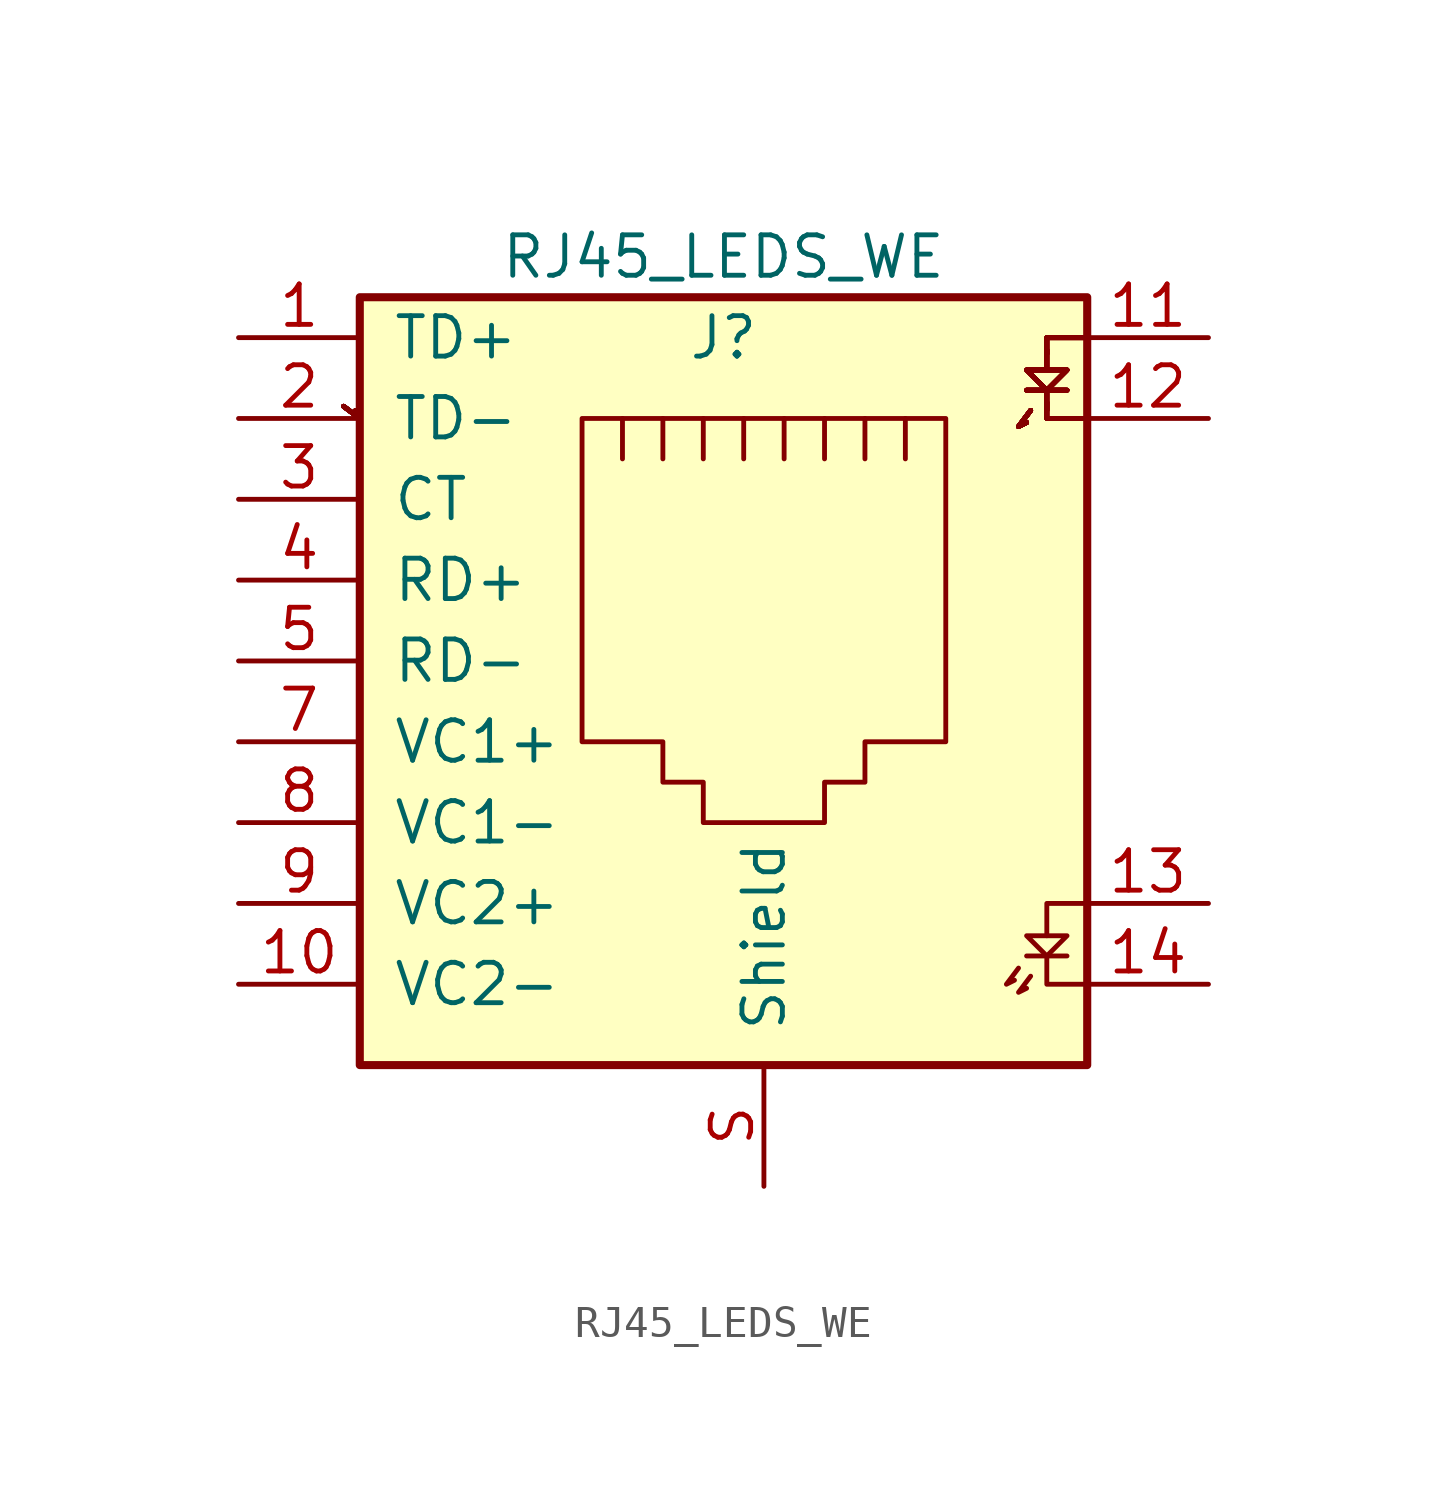
<source format=kicad_sym>
(kicad_symbol_lib
  (version 20211014)
  (generator kicad_symbol_editor)
  (symbol "RJ45_LEDS_WE"
    (pin_names
      (offset 1.016))
    (property "Reference" "J"
      (at -1.27 8.89 0)
      (effects (font (size 1.27 1.27))))
    (property "Value" "RJ45_LEDS_WE"
      (at -1.27 11.43 0)
      (effects (font (size 1.27 1.27))))
    (symbol "RJ45_LEDS_WE_0_1"
      (rectangle (start -12.7 10.16) (end 10.16 -13.97) (stroke (width 0.254) (type default) (color 0 0 0 0)) (fill (type background)))
      (polyline (pts (xy 9.525 -10.541) (xy 8.255 -10.541)) (stroke (width 0) (type default) (color 0 0 0 0)) (fill (type none)))
      (polyline (pts (xy -13.208 6.731) (xy -12.7 6.35) (xy -12.827 6.604)) (stroke (width 0) (type default) (color 0 0 0 0)) (fill (type none)))
      (polyline (pts (xy -13.208 6.731) (xy -12.7 6.35) (xy -12.827 6.604)) (stroke (width 0) (type default) (color 0 0 0 0)) (fill (type none)))
      (polyline (pts (xy -13.208 6.731) (xy -12.7 6.35) (xy -12.827 6.604)) (stroke (width 0) (type default) (color 0 0 0 0)) (fill (type none)))
      (polyline (pts (xy -13.208 6.731) (xy -12.7 6.35) (xy -12.827 6.604)) (stroke (width 0) (type default) (color 0 0 0 0)) (fill (type none)))
      (polyline (pts (xy -13.208 6.731) (xy -12.7 6.35) (xy -12.827 6.604)) (stroke (width 0) (type default) (color 0 0 0 0)) (fill (type none)))
      (polyline (pts (xy -13.208 6.731) (xy -12.7 6.35) (xy -12.827 6.604)) (stroke (width 0) (type default) (color 0 0 0 0)) (fill (type none)))
      (polyline (pts (xy -13.208 6.731) (xy -12.7 6.35) (xy -12.827 6.604)) (stroke (width 0) (type default) (color 0 0 0 0)) (fill (type none)))
      (polyline (pts (xy -13.208 6.731) (xy -12.7 6.35) (xy -12.827 6.604)) (stroke (width 0) (type default) (color 0 0 0 0)) (fill (type none)))
      (polyline (pts (xy -13.208 6.731) (xy -12.7 6.35) (xy -12.827 6.604)) (stroke (width 0) (type default) (color 0 0 0 0)) (fill (type none)))
      (polyline (pts (xy -13.208 6.731) (xy -12.7 6.35) (xy -12.827 6.604)) (stroke (width 0) (type default) (color 0 0 0 0)) (fill (type none)))
      (polyline (pts (xy -13.208 6.731) (xy -12.7 6.35) (xy -12.827 6.604)) (stroke (width 0) (type default) (color 0 0 0 0)) (fill (type none)))
      (polyline (pts (xy -13.208 6.731) (xy -12.7 6.35) (xy -12.827 6.604)) (stroke (width 0) (type default) (color 0 0 0 0)) (fill (type none)))
      (polyline (pts (xy -13.208 6.731) (xy -12.7 6.35) (xy -12.827 6.604)) (stroke (width 0) (type default) (color 0 0 0 0)) (fill (type none)))
      (polyline (pts (xy -13.208 6.731) (xy -12.7 6.35) (xy -12.827 6.604)) (stroke (width 0) (type default) (color 0 0 0 0)) (fill (type none)))
      (polyline (pts (xy -13.208 6.731) (xy -12.7 6.35) (xy -12.827 6.604)) (stroke (width 0) (type default) (color 0 0 0 0)) (fill (type none)))
      (polyline (pts (xy -13.208 6.731) (xy -12.7 6.35) (xy -12.827 6.604)) (stroke (width 0) (type default) (color 0 0 0 0)) (fill (type none)))
      (polyline (pts (xy -4.445 5.08) (xy -4.445 6.35) (xy -4.445 6.35)) (stroke (width 0) (type default) (color 0 0 0 0)) (fill (type none)))
      (polyline (pts (xy -3.175 6.35) (xy -3.175 5.08) (xy -3.175 5.08)) (stroke (width 0) (type default) (color 0 0 0 0)) (fill (type none)))
      (polyline (pts (xy -1.905 6.35) (xy -1.905 5.08) (xy -1.905 5.08)) (stroke (width 0) (type default) (color 0 0 0 0)) (fill (type none)))
      (polyline (pts (xy -0.635 6.35) (xy -0.635 5.08) (xy -0.635 5.08)) (stroke (width 0) (type default) (color 0 0 0 0)) (fill (type none)))
      (polyline (pts (xy 0.635 6.35) (xy 0.635 5.08) (xy 0.635 5.08)) (stroke (width 0) (type default) (color 0 0 0 0)) (fill (type none)))
      (polyline (pts (xy 1.905 6.35) (xy 1.905 5.08) (xy 1.905 5.08)) (stroke (width 0) (type default) (color 0 0 0 0)) (fill (type none)))
      (polyline (pts (xy 3.175 5.08) (xy 3.175 6.35) (xy 3.175 6.35)) (stroke (width 0) (type default) (color 0 0 0 0)) (fill (type none)))
      (polyline (pts (xy 4.445 5.08) (xy 4.445 6.35) (xy 4.445 6.35)) (stroke (width 0) (type default) (color 0 0 0 0)) (fill (type none)))
      (polyline (pts (xy 8.001 -10.922) (xy 7.62 -11.43) (xy 7.874 -11.303)) (stroke (width 0) (type default) (color 0 0 0 0)) (fill (type none)))
      (polyline (pts (xy 8.382 -11.176) (xy 8.001 -11.684) (xy 8.255 -11.557)) (stroke (width 0) (type default) (color 0 0 0 0)) (fill (type none)))
      (polyline (pts (xy 8.382 6.604) (xy 8.001 6.096) (xy 8.255 6.223)) (stroke (width 0) (type default) (color 0 0 0 0)) (fill (type none)))
      (polyline (pts (xy 8.382 6.604) (xy 8.001 6.096) (xy 8.255 6.223)) (stroke (width 0) (type default) (color 0 0 0 0)) (fill (type none)))
      (polyline (pts (xy 8.382 6.604) (xy 8.001 6.096) (xy 8.255 6.223)) (stroke (width 0) (type default) (color 0 0 0 0)) (fill (type none)))
      (polyline (pts (xy 8.382 6.604) (xy 8.001 6.096) (xy 8.255 6.223)) (stroke (width 0) (type default) (color 0 0 0 0)) (fill (type none)))
      (polyline (pts (xy 8.382 6.604) (xy 8.001 6.096) (xy 8.255 6.223)) (stroke (width 0) (type default) (color 0 0 0 0)) (fill (type none)))
      (polyline (pts (xy 8.382 6.604) (xy 8.001 6.096) (xy 8.255 6.223)) (stroke (width 0) (type default) (color 0 0 0 0)) (fill (type none)))
      (polyline (pts (xy 8.382 6.604) (xy 8.001 6.096) (xy 8.255 6.223)) (stroke (width 0) (type default) (color 0 0 0 0)) (fill (type none)))
      (polyline (pts (xy 8.382 6.604) (xy 8.001 6.096) (xy 8.255 6.223)) (stroke (width 0) (type default) (color 0 0 0 0)) (fill (type none)))
      (polyline (pts (xy 8.382 6.604) (xy 8.001 6.096) (xy 8.255 6.223)) (stroke (width 0) (type default) (color 0 0 0 0)) (fill (type none)))
      (polyline (pts (xy 8.382 6.604) (xy 8.001 6.096) (xy 8.255 6.223)) (stroke (width 0) (type default) (color 0 0 0 0)) (fill (type none)))
      (polyline (pts (xy 8.382 6.604) (xy 8.001 6.096) (xy 8.255 6.223)) (stroke (width 0) (type default) (color 0 0 0 0)) (fill (type none)))
      (polyline (pts (xy 8.382 6.604) (xy 8.001 6.096) (xy 8.255 6.223)) (stroke (width 0) (type default) (color 0 0 0 0)) (fill (type none)))
      (polyline (pts (xy 8.382 6.604) (xy 8.001 6.096) (xy 8.255 6.223)) (stroke (width 0) (type default) (color 0 0 0 0)) (fill (type none)))
      (polyline (pts (xy 8.382 6.604) (xy 8.001 6.096) (xy 8.255 6.223)) (stroke (width 0) (type default) (color 0 0 0 0)) (fill (type none)))
      (polyline (pts (xy 8.382 6.604) (xy 8.001 6.096) (xy 8.255 6.223)) (stroke (width 0) (type default) (color 0 0 0 0)) (fill (type none)))
      (polyline (pts (xy 8.89 -10.541) (xy 8.89 -11.43) (xy 10.16 -11.43)) (stroke (width 0) (type default) (color 0 0 0 0)) (fill (type none)))
      (polyline (pts (xy 10.16 -8.89) (xy 8.89 -8.89) (xy 8.89 -9.906)) (stroke (width 0) (type default) (color 0 0 0 0)) (fill (type none)))
      (polyline (pts (xy 10.16 6.35) (xy 8.89 6.35) (xy 8.89 6.858)) (stroke (width 0) (type default) (color 0 0 0 0)) (fill (type none)))
      (polyline (pts (xy 10.16 6.35) (xy 8.89 6.35) (xy 8.89 6.858)) (stroke (width 0) (type default) (color 0 0 0 0)) (fill (type none)))
      (polyline (pts (xy 10.16 6.35) (xy 8.89 6.35) (xy 8.89 6.858)) (stroke (width 0) (type default) (color 0 0 0 0)) (fill (type none)))
      (polyline (pts (xy 10.16 6.35) (xy 8.89 6.35) (xy 8.89 6.858)) (stroke (width 0) (type default) (color 0 0 0 0)) (fill (type none)))
      (polyline (pts (xy 10.16 6.35) (xy 8.89 6.35) (xy 8.89 6.858)) (stroke (width 0) (type default) (color 0 0 0 0)) (fill (type none)))
      (polyline (pts (xy 10.16 6.35) (xy 8.89 6.35) (xy 8.89 6.858)) (stroke (width 0) (type default) (color 0 0 0 0)) (fill (type none)))
      (polyline (pts (xy 10.16 6.35) (xy 8.89 6.35) (xy 8.89 6.858)) (stroke (width 0) (type default) (color 0 0 0 0)) (fill (type none)))
      (polyline (pts (xy 10.16 8.89) (xy 8.89 8.89) (xy 8.89 8.382)) (stroke (width 0) (type default) (color 0 0 0 0)) (fill (type none)))
      (polyline (pts (xy 10.16 8.89) (xy 8.89 8.89) (xy 8.89 8.382)) (stroke (width 0) (type default) (color 0 0 0 0)) (fill (type none)))
      (polyline (pts (xy 10.16 8.89) (xy 8.89 8.89) (xy 8.89 8.382)) (stroke (width 0) (type default) (color 0 0 0 0)) (fill (type none)))
      (polyline (pts (xy 10.16 8.89) (xy 8.89 8.89) (xy 8.89 8.382)) (stroke (width 0) (type default) (color 0 0 0 0)) (fill (type none)))
      (polyline (pts (xy 10.16 8.89) (xy 8.89 8.89) (xy 8.89 8.382)) (stroke (width 0) (type default) (color 0 0 0 0)) (fill (type none)))
      (polyline (pts (xy 10.16 8.89) (xy 8.89 8.89) (xy 8.89 8.382)) (stroke (width 0) (type default) (color 0 0 0 0)) (fill (type none)))
      (polyline (pts (xy 10.16 8.89) (xy 8.89 8.89) (xy 8.89 8.382)) (stroke (width 0) (type default) (color 0 0 0 0)) (fill (type none)))
      (polyline (pts (xy 10.16 8.89) (xy 8.89 8.89) (xy 8.89 8.382)) (stroke (width 0) (type default) (color 0 0 0 0)) (fill (type none)))
      (polyline (pts (xy 9.525 7.239) (xy 8.255 7.239) (xy 8.89 7.239) (xy 8.89 6.604)) (stroke (width 0) (type default) (color 0 0 0 0)) (fill (type none)))
      (polyline (pts (xy 9.525 7.239) (xy 8.255 7.239) (xy 8.89 7.239) (xy 8.89 6.604)) (stroke (width 0) (type default) (color 0 0 0 0)) (fill (type none)))
      (polyline (pts (xy 9.525 7.239) (xy 8.255 7.239) (xy 8.89 7.239) (xy 8.89 6.604)) (stroke (width 0) (type default) (color 0 0 0 0)) (fill (type none)))
      (polyline (pts (xy 9.525 7.239) (xy 8.255 7.239) (xy 8.89 7.239) (xy 8.89 6.604)) (stroke (width 0) (type default) (color 0 0 0 0)) (fill (type none)))
      (polyline (pts (xy 9.525 7.239) (xy 8.255 7.239) (xy 8.89 7.239) (xy 8.89 6.604)) (stroke (width 0) (type default) (color 0 0 0 0)) (fill (type none)))
      (polyline (pts (xy 9.525 7.239) (xy 8.255 7.239) (xy 8.89 7.239) (xy 8.89 6.604)) (stroke (width 0) (type default) (color 0 0 0 0)) (fill (type none)))
      (polyline (pts (xy 9.525 7.239) (xy 8.255 7.239) (xy 8.89 7.239) (xy 8.89 6.604)) (stroke (width 0) (type default) (color 0 0 0 0)) (fill (type none)))
      (polyline (pts (xy 9.525 7.239) (xy 8.255 7.239) (xy 8.89 7.239) (xy 8.89 6.604)) (stroke (width 0) (type default) (color 0 0 0 0)) (fill (type none)))
      (polyline (pts (xy 8.89 -9.906) (xy 9.525 -9.906) (xy 8.89 -10.541) (xy 8.255 -9.906) (xy 8.89 -9.906)) (stroke (width 0) (type default) (color 0 0 0 0)) (fill (type none)))
      (polyline (pts (xy 8.89 8.509) (xy 8.89 7.874) (xy 9.525 7.874) (xy 8.89 7.239) (xy 8.255 7.874) (xy 8.89 7.874)) (stroke (width 0) (type default) (color 0 0 0 0)) (fill (type none)))
      (polyline (pts (xy 8.89 8.509) (xy 8.89 7.874) (xy 9.525 7.874) (xy 8.89 7.239) (xy 8.255 7.874) (xy 8.89 7.874)) (stroke (width 0) (type default) (color 0 0 0 0)) (fill (type none)))
      (polyline (pts (xy 8.89 8.509) (xy 8.89 7.874) (xy 9.525 7.874) (xy 8.89 7.239) (xy 8.255 7.874) (xy 8.89 7.874)) (stroke (width 0) (type default) (color 0 0 0 0)) (fill (type none)))
      (polyline (pts (xy 8.89 8.509) (xy 8.89 7.874) (xy 9.525 7.874) (xy 8.89 7.239) (xy 8.255 7.874) (xy 8.89 7.874)) (stroke (width 0) (type default) (color 0 0 0 0)) (fill (type none)))
      (polyline (pts (xy 8.89 8.509) (xy 8.89 7.874) (xy 9.525 7.874) (xy 8.89 7.239) (xy 8.255 7.874) (xy 8.89 7.874)) (stroke (width 0) (type default) (color 0 0 0 0)) (fill (type none)))
      (polyline (pts (xy 8.89 8.509) (xy 8.89 7.874) (xy 9.525 7.874) (xy 8.89 7.239) (xy 8.255 7.874) (xy 8.89 7.874)) (stroke (width 0) (type default) (color 0 0 0 0)) (fill (type none)))
      (polyline (pts (xy 8.89 8.509) (xy 8.89 7.874) (xy 9.525 7.874) (xy 8.89 7.239) (xy 8.255 7.874) (xy 8.89 7.874)) (stroke (width 0) (type default) (color 0 0 0 0)) (fill (type none)))
      (polyline (pts (xy 8.89 8.509) (xy 8.89 7.874) (xy 9.525 7.874) (xy 8.89 7.239) (xy 8.255 7.874) (xy 8.89 7.874)) (stroke (width 0) (type default) (color 0 0 0 0)) (fill (type none)))
      (polyline (pts (xy -5.715 6.35) (xy 5.715 6.35) (xy 5.715 -3.81) (xy 3.175 -3.81) (xy 3.175 -5.08) (xy 1.905 -5.08) (xy 1.905 -6.35) (xy -1.905 -6.35) (xy -1.905 -5.08) (xy -3.175 -5.08) (xy -3.175 -3.81) (xy -5.715 -3.81) (xy -5.715 6.35) (xy -5.715 6.35)) (stroke (width 0) (type default) (color 0 0 0 0)) (fill (type none))))
    (symbol "RJ45_LEDS_WE_1_1"
      (pin passive line (at -16.51 8.89 0) (length 3.81) (name "TD+" (effects (font (size 1.27 1.27)))) (number "1" (effects (font (size 1.27 1.27)))))
      (pin passive line (at -16.51 -11.43 0) (length 3.81) (name "VC2-" (effects (font (size 1.27 1.27)))) (number "10" (effects (font (size 1.27 1.27)))))
      (pin passive line (at 13.97 8.89 180) (length 3.81) (name "~" (effects (font (size 1.27 1.27)))) (number "11" (effects (font (size 1.27 1.27)))))
      (pin passive line (at 13.97 6.35 180) (length 3.81) (name "~" (effects (font (size 1.27 1.27)))) (number "12" (effects (font (size 1.27 1.27)))))
      (pin passive line (at 13.97 -8.89 180) (length 3.81) (name "~" (effects (font (size 1.27 1.27)))) (number "13" (effects (font (size 1.27 1.27)))))
      (pin passive line (at 13.97 -11.43 180) (length 3.81) (name "~" (effects (font (size 1.27 1.27)))) (number "14" (effects (font (size 1.27 1.27)))))
      (pin passive line (at -16.51 6.35 0) (length 3.81) (name "TD-" (effects (font (size 1.27 1.27)))) (number "2" (effects (font (size 1.27 1.27)))))
      (pin passive line (at -16.51 3.81 0) (length 3.81) (name "CT" (effects (font (size 1.27 1.27)))) (number "3" (effects (font (size 1.27 1.27)))))
      (pin passive line (at -16.51 1.27 0) (length 3.81) (name "RD+" (effects (font (size 1.27 1.27)))) (number "4" (effects (font (size 1.27 1.27)))))
      (pin passive line (at -16.51 -1.27 0) (length 3.81) (name "RD-" (effects (font (size 1.27 1.27)))) (number "5" (effects (font (size 1.27 1.27)))))
      (pin passive line (at -16.51 -3.81 0) (length 3.81) (name "VC1+" (effects (font (size 1.27 1.27)))) (number "7" (effects (font (size 1.27 1.27)))))
      (pin passive line (at -16.51 -6.35 0) (length 3.81) (name "VC1-" (effects (font (size 1.27 1.27)))) (number "8" (effects (font (size 1.27 1.27)))))
      (pin passive line (at -16.51 -8.89 0) (length 3.81) (name "VC2+" (effects (font (size 1.27 1.27)))) (number "9" (effects (font (size 1.27 1.27)))))
      (pin passive line (at 0 -17.78 90) (length 3.81) (name "Shield" (effects (font (size 1.27 1.27)))) (number "S" (effects (font (size 1.27 1.27))))))))
</source>
